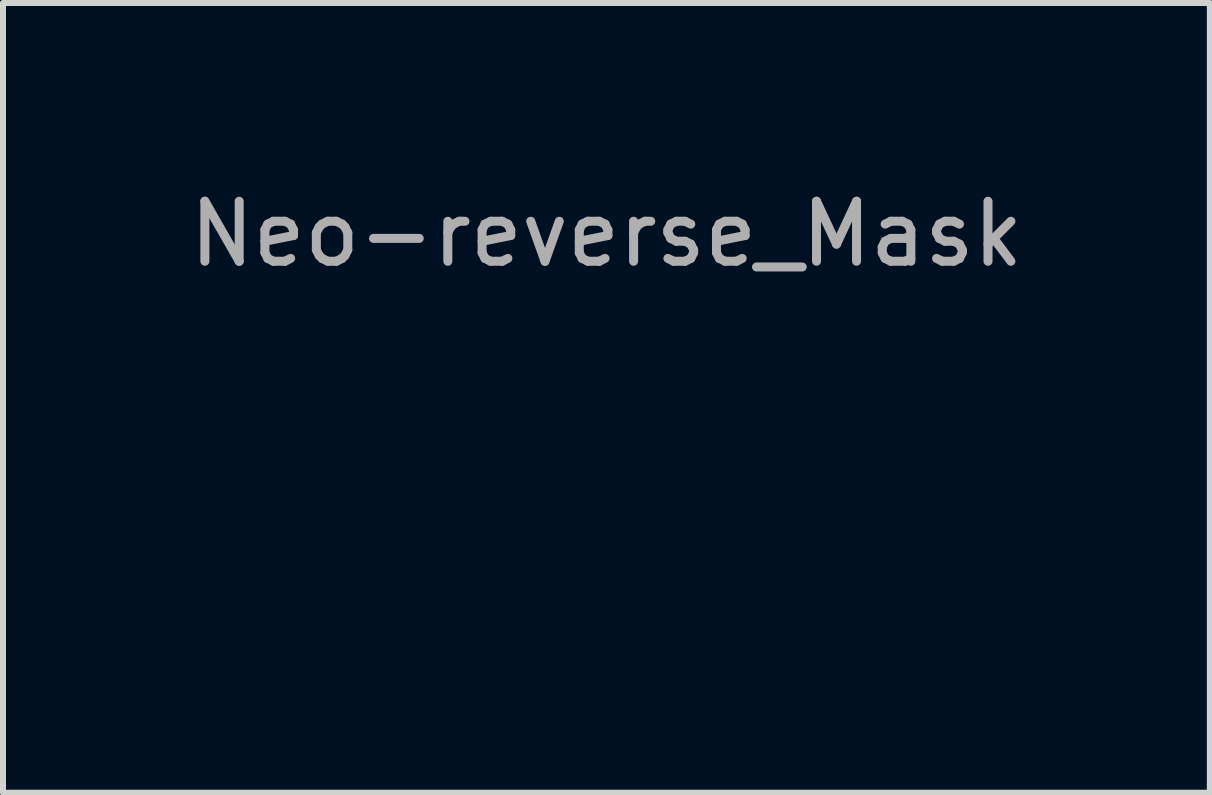
<source format=kicad_pcb>
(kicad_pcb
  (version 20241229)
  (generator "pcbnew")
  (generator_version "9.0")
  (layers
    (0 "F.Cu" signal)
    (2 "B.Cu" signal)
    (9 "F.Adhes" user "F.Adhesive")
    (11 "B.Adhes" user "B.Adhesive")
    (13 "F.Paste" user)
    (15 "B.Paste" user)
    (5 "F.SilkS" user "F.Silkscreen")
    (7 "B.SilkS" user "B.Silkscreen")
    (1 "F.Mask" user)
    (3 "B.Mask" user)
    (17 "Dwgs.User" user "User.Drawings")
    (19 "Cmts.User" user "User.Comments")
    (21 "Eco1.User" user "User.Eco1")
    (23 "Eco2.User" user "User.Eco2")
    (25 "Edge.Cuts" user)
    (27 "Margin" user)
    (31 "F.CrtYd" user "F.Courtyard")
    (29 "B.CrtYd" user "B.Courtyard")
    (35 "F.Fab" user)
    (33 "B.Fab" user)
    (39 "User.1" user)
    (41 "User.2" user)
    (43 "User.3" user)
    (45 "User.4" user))
  (footprint "Neo-reverse_Mask"
    (layer "F.Cu")
    (at 7.054 4.658)
    (property "Reference" "Neo-reverse_Mask" (at 0 -3.81 0) (layer "F.Fab") (effects (font (size 1 1) (thickness 0.15))))
    (attr through_hole)
    (pad "" connect circle (at 0 0) (size 5 5) (layers "F.Mask")))
  (gr_rect
    (start -3 -3)
    (end 17.107 10.158)
    (stroke (width 0.1) (type default))
    (fill no)
    (layer "Edge.Cuts")))
</source>
